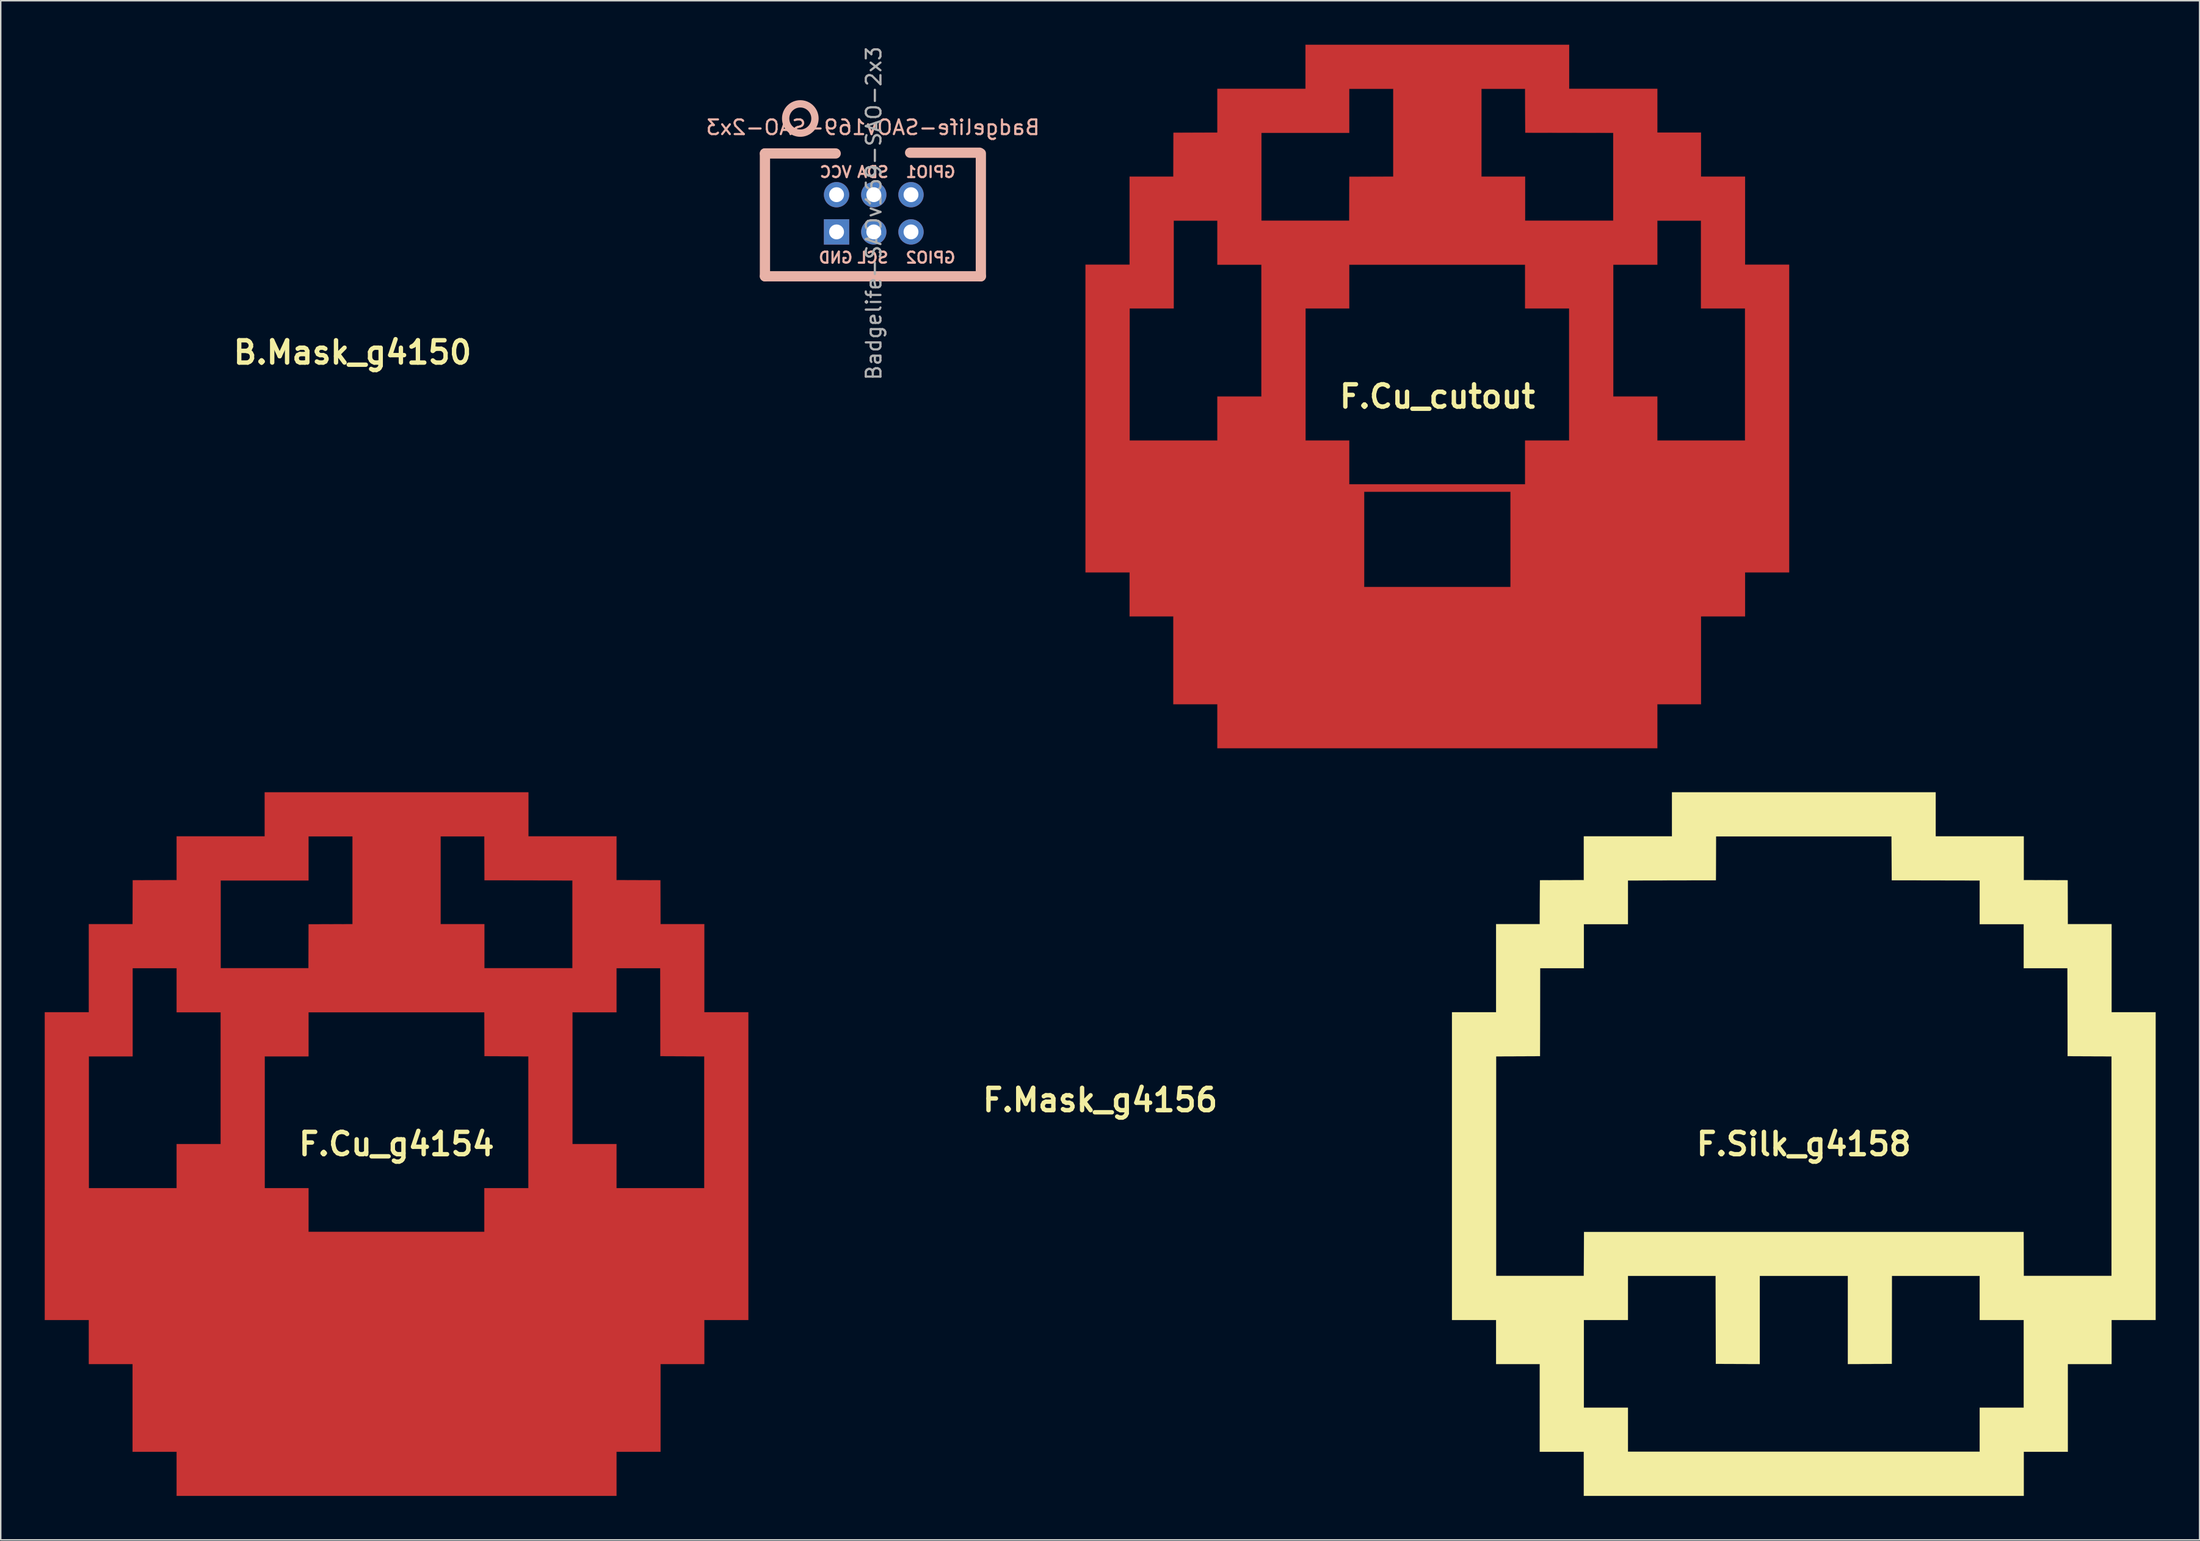
<source format=kicad_pcb>
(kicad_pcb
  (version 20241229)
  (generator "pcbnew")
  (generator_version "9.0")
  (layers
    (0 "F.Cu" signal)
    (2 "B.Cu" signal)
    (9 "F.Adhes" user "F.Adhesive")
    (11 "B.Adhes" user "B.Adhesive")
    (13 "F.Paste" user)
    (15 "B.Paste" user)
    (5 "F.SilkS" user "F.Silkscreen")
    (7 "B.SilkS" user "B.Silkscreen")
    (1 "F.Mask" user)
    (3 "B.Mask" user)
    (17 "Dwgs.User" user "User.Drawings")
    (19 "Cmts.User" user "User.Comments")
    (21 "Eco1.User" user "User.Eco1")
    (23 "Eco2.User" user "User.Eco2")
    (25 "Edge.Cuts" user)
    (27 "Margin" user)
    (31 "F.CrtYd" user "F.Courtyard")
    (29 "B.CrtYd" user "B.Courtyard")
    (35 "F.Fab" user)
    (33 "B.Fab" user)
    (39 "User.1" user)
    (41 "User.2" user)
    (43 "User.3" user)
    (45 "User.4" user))
  (footprint "F.Mask_g4156"
    (layer "F.Cu")
    (at 72.018 72.018)
    (property "Reference" "F.Mask_g4156" (at 0 0 0) (layer "F.SilkS") (effects (font (size 1.524 1.524) (thickness 0.3))))
    (attr through_hole)
    (fp_poly (pts (xy -3.006 -15.007) (xy -4.503 -15.002) (xy -6.001 -14.997) (xy -6.012 -12.002) (xy -12.002 -12.002) (xy -12.002 -17.992) (xy -6.001 -18.002) (xy -5.995 -19.5) (xy -5.99 -20.997) (xy -3.006 -20.997) (xy -3.006 -15.007)) (stroke (width 0.01) (type solid)) (fill yes) (layer "F.Mask"))
    (fp_poly (pts (xy 6.001 -18.002) (xy 12.002 -17.992) (xy 12.002 -12.002) (xy 6.012 -12.002) (xy 6.006 -13.499) (xy 6.001 -14.997) (xy 4.503 -15.002) (xy 3.006 -15.007) (xy 3.006 -20.997) (xy 5.99 -20.997) (xy 6.001 -18.002)) (stroke (width 0.01) (type solid)) (fill yes) (layer "F.Mask"))
    (fp_poly (pts (xy -15.007 -8.996) (xy -12.002 -8.996) (xy -12.002 0) (xy -15.007 0) (xy -15.007 3.006) (xy -20.997 3.006) (xy -20.997 -5.99) (xy -19.5 -5.995) (xy -18.002 -6.001) (xy -17.992 -12.002) (xy -15.007 -12.002) (xy -15.007 -8.996)) (stroke (width 0.01) (type solid)) (fill yes) (layer "F.Mask"))
    (fp_poly (pts (xy 17.997 -9.001) (xy 18.002 -6.001) (xy 19.5 -5.995) (xy 20.997 -5.99) (xy 20.997 3.006) (xy 15.007 3.006) (xy 15.007 0) (xy 12.002 0) (xy 12.002 -8.996) (xy 15.007 -8.996) (xy 15.007 -12.002) (xy 16.499 -12.002) (xy 17.992 -12.002) (xy 17.997 -9.001)) (stroke (width 0.01) (type solid)) (fill yes) (layer "F.Mask"))
    (fp_poly (pts (xy 6.001 -6.001) (xy 7.498 -5.995) (xy 8.996 -5.99) (xy 8.996 3.006) (xy 5.99 3.006) (xy 5.99 5.99) (xy -5.99 5.99) (xy -5.99 3.006) (xy -8.996 3.006) (xy -8.996 -5.99) (xy -7.498 -5.995) (xy -6.001 -6.001) (xy -5.995 -7.498) (xy -5.99 -8.996) (xy 5.99 -8.996) (xy 6.001 -6.001)) (stroke (width 0.01) (type solid)) (fill yes) (layer "F.Mask")))
  (footprint "F.Silk_g4158"
    (layer "F.Cu")
    (at 120.029 75.024)
    (property "Reference" "F.Silk_g4158" (at 0 0 0) (layer "F.SilkS") (effects (font (size 1.524 1.524) (thickness 0.3))))
    (attr through_hole)
    (fp_poly (pts (xy 8.996 -20.997) (xy 15.007 -20.997) (xy 15.007 -18.013) (xy 18.002 -18.002) (xy 18.008 -16.505) (xy 18.013 -15.007) (xy 20.997 -15.007) (xy 20.997 -8.996) (xy 24.003 -8.996) (xy 24.003 12.002) (xy 20.997 12.002) (xy 20.997 15.007) (xy 18.013 15.007) (xy 18.013 20.997) (xy 15.007 20.997) (xy 15.007 24.003) (xy -15.007 24.003) (xy -15.007 20.997) (xy -18.013 20.997) (xy -18.013 15.007) (xy -20.997 15.007) (xy -20.997 12.002) (xy -15.007 12.002) (xy -15.007 17.992) (xy -12.002 17.992) (xy -12.002 20.997) (xy 12.002 20.997) (xy 12.002 17.992) (xy 15.007 17.992) (xy 15.007 12.002) (xy 12.002 12.002) (xy 12.002 8.996) (xy 6.011 8.996) (xy 6.001 14.997) (xy 4.503 15.002) (xy 3.006 15.007) (xy 3.006 8.996) (xy -3.006 8.996) (xy -3.006 15.007) (xy -4.503 15.002) (xy -6.001 14.997) (xy -6.006 11.996) (xy -6.011 8.996) (xy -12.002 8.996) (xy -12.002 12.002) (xy -15.007 12.002) (xy -20.997 12.002) (xy -24.003 12.002) (xy -24.003 -5.99) (xy -20.997 -5.99) (xy -20.997 8.996) (xy -15.007 8.996) (xy -15.002 7.498) (xy -14.997 6.001) (xy 14.997 6.001) (xy 15.002 7.498) (xy 15.007 8.996) (xy 20.997 8.996) (xy 20.997 -5.99) (xy 19.5 -5.995) (xy 18.002 -6.001) (xy 17.997 -9.001) (xy 17.992 -12.002) (xy 15.007 -12.002) (xy 15.007 -15.007) (xy 12.002 -15.007) (xy 12.002 -17.992) (xy 6.001 -18.002) (xy 5.99 -20.997) (xy -5.99 -20.997) (xy -5.995 -19.5) (xy -6.001 -18.002) (xy -12.002 -17.992) (xy -12.002 -15.007) (xy -15.007 -15.007) (xy -15.007 -12.002) (xy -17.992 -12.002) (xy -18.002 -6.001) (xy -19.5 -5.995) (xy -20.997 -5.99) (xy -24.003 -5.99) (xy -24.003 -8.996) (xy -20.997 -8.996) (xy -20.997 -15.007) (xy -18.013 -15.007) (xy -18.008 -16.505) (xy -18.002 -18.002) (xy -16.505 -18.008) (xy -15.007 -18.013) (xy -15.007 -20.997) (xy -8.996 -20.997) (xy -8.996 -24.003) (xy 8.996 -24.003) (xy 8.996 -20.997)) (stroke (width 0.01) (type solid)) (fill yes) (layer "F.SilkS")))
  (footprint "Badgelife-SAOv169-SAO-2x3"
    (layer "F.Cu")
    (at 56.511 11.486)
    (property "Reference" "Badgelife-SAOv169-SAO-2x3" (at 0 -5.842 0) (layer "B.SilkS") (effects (font (size 1 1) (thickness 0.15)) (justify mirror)))
    (attr through_hole)
    (fp_line (start -7.366 -4.064) (end -7.366 4.318) (stroke (width 0.7) (type solid)) (layer "B.SilkS"))
    (fp_line (start -7.366 4.318) (end 7.366 4.318) (stroke (width 0.7) (type solid)) (layer "B.SilkS"))
    (fp_line (start -2.54 -4.064) (end -7.366 -4.064) (stroke (width 0.7) (type solid)) (layer "B.SilkS"))
    (fp_line (start 7.28 -4.115) (end 2.54 -4.115) (stroke (width 0.7) (type solid)) (layer "B.SilkS"))
    (fp_line (start 7.366 4.318) (end 7.366 -4.064) (stroke (width 0.7) (type solid)) (layer "B.SilkS"))
    (fp_circle (center -4.953 -6.45) (end -3.953 -6.45) (stroke (width 0.5) (type solid)) (fill no) (layer "B.SilkS"))
    (fp_text user "SDA" (at 0 -2.794 0) (unlocked yes) (layer "B.SilkS") (effects (font (size 0.75 0.75) (thickness 0.15)) (justify mirror)))
    (fp_text user "GPIO2" (at 3.937 3.048 0) (layer "B.SilkS") (effects (font (size 0.75 0.75) (thickness 0.15)) (justify mirror)))
    (fp_text user "SCL" (at 0 3.048 0) (layer "B.SilkS") (effects (font (size 0.75 0.75) (thickness 0.15)) (justify mirror)))
    (fp_text user "GND" (at -2.54 3.048 0) (unlocked yes) (layer "B.SilkS") (effects (font (size 0.75 0.75) (thickness 0.15)) (justify mirror)))
    (fp_text user "GPIO1" (at 3.937 -2.794 0) (unlocked yes) (layer "B.SilkS") (effects (font (size 0.75 0.75) (thickness 0.15)) (justify mirror)))
    (fp_text user "VCC" (at -2.54 -2.794 0) (unlocked yes) (layer "B.SilkS") (effects (font (size 0.75 0.75) (thickness 0.15)) (justify mirror)))
    (fp_text user "${REFERENCE}" (at 0.06 0.02 270) (layer "F.Fab") (effects (font (size 1 1) (thickness 0.15))))
    (pad "1" thru_hole oval (at -2.48 -1.25 270) (size 1.727 1.727) (drill 1.016) (layers "*.Cu" "*.Mask"))
    (pad "2" thru_hole rect (at -2.48 1.29 270) (size 1.727 1.727) (drill 1.016) (layers "*.Cu" "*.Mask"))
    (pad "3" thru_hole oval (at 0.06 -1.25 270) (size 1.727 1.727) (drill 1.016) (layers "*.Cu" "*.Mask"))
    (pad "4" thru_hole oval (at 0.06 1.29 270) (size 1.727 1.727) (drill 1.016) (layers "*.Cu" "*.Mask"))
    (pad "5" thru_hole circle (at 2.6 -1.25 270) (size 1.727 1.727) (drill 1.016) (layers "*.Cu" "*.Mask"))
    (pad "6" thru_hole circle (at 2.6 1.29 270) (size 1.727 1.727) (drill 1.016) (layers "*.Cu" "*.Mask")))
  (footprint "B.Mask_g4150"
    (layer "F.Cu")
    (at 21.002 21.002)
    (property "Reference" "B.Mask_g4150" (at 0 0 0) (layer "F.SilkS") (effects (font (size 1.524 1.524) (thickness 0.3))))
    (attr through_hole)
    (fp_poly (pts (xy -3.006 -15.007) (xy -4.503 -15.002) (xy -6.001 -14.997) (xy -6.012 -12.002) (xy -12.002 -12.002) (xy -12.002 -17.992) (xy -6.001 -18.002) (xy -5.995 -19.5) (xy -5.99 -20.997) (xy -3.006 -20.997) (xy -3.006 -15.007)) (stroke (width 0.01) (type solid)) (fill yes) (layer "B.Mask"))
    (fp_poly (pts (xy 6.001 -18.002) (xy 12.002 -17.992) (xy 12.002 -12.002) (xy 6.012 -12.002) (xy 6.006 -13.499) (xy 6.001 -14.997) (xy 4.503 -15.002) (xy 3.006 -15.007) (xy 3.006 -20.997) (xy 5.99 -20.997) (xy 6.001 -18.002)) (stroke (width 0.01) (type solid)) (fill yes) (layer "B.Mask"))
    (fp_poly (pts (xy -15.007 -8.996) (xy -12.002 -8.996) (xy -12.002 0) (xy -15.007 0) (xy -15.007 3.006) (xy -20.997 3.006) (xy -20.997 -5.99) (xy -19.5 -5.995) (xy -18.002 -6.001) (xy -17.992 -12.002) (xy -15.007 -12.002) (xy -15.007 -8.996)) (stroke (width 0.01) (type solid)) (fill yes) (layer "B.Mask"))
    (fp_poly (pts (xy 17.997 -9.001) (xy 18.002 -6.001) (xy 19.5 -5.995) (xy 20.997 -5.99) (xy 20.997 3.006) (xy 15.007 3.006) (xy 15.007 0) (xy 12.002 0) (xy 12.002 -8.996) (xy 15.007 -8.996) (xy 15.007 -12.002) (xy 16.499 -12.002) (xy 17.992 -12.002) (xy 17.997 -9.001)) (stroke (width 0.01) (type solid)) (fill yes) (layer "B.Mask"))
    (fp_poly (pts (xy 6.001 -6.001) (xy 7.498 -5.995) (xy 8.996 -5.99) (xy 8.996 1.989) (xy 7.498 1.995) (xy 6.001 2) (xy 5.995 3.498) (xy 5.99 4.995) (xy -5.99 4.995) (xy -5.995 3.498) (xy -6.001 2) (xy -8.996 1.989) (xy -8.996 -5.99) (xy -7.498 -5.995) (xy -6.001 -6.001) (xy -5.995 -7.498) (xy -5.99 -8.996) (xy 5.99 -8.996) (xy 6.001 -6.001)) (stroke (width 0.01) (type solid)) (fill yes) (layer "B.Mask")))
  (footprint "F.Cu_cutout"
    (layer "F.Cu")
    (at 95.025 24.008)
    (property "Reference" "F.Cu_cutout" (at 0 0 0) (layer "F.SilkS") (effects (font (size 1.524 1.524) (thickness 0.3))))
    (attr through_hole)
    (fp_poly (pts (xy 8.996 -20.997) (xy 15.007 -20.997) (xy 15.007 -18.013) (xy 17.992 -18.013) (xy 17.992 -15.007) (xy 20.997 -15.007) (xy 20.997 -8.996) (xy 24.003 -8.996) (xy 24.003 12.002) (xy 20.997 12.002) (xy 20.997 15.007) (xy 17.992 15.007) (xy 17.992 20.997) (xy 15.007 20.997) (xy 15.007 24.003) (xy -15.007 24.003) (xy -15.007 20.997) (xy -18.013 20.997) (xy -18.013 15.007) (xy -20.997 15.007) (xy -20.997 12.002) (xy -24.003 12.002) (xy -24.003 6.498) (xy -4.995 6.498) (xy -4.995 12.996) (xy 4.995 12.996) (xy 4.995 6.498) (xy -4.995 6.498) (xy -24.003 6.498) (xy -24.003 -6.011) (xy -20.997 -6.011) (xy -20.997 3.006) (xy -15.007 3.006) (xy -15.007 0) (xy -12.002 0) (xy -12.002 -6.011) (xy -8.996 -6.011) (xy -8.996 3.006) (xy -6.011 3.006) (xy -6.011 5.99) (xy 5.99 5.99) (xy 5.99 3.006) (xy 8.996 3.006) (xy 8.996 -6.011) (xy 5.99 -6.011) (xy 5.99 -8.996) (xy 12.002 -8.996) (xy 12.002 0) (xy 15.007 0) (xy 15.007 3.006) (xy 20.997 3.006) (xy 20.997 -6.011) (xy 17.992 -6.011) (xy 17.992 -12.002) (xy 15.007 -12.002) (xy 15.007 -8.996) (xy 12.002 -8.996) (xy 5.99 -8.996) (xy -6.011 -8.996) (xy -6.011 -6.011) (xy -8.996 -6.011) (xy -12.002 -6.011) (xy -12.002 -8.996) (xy -15.007 -8.996) (xy -15.007 -12.002) (xy -17.992 -12.002) (xy -17.992 -6.011) (xy -20.997 -6.011) (xy -24.003 -6.011) (xy -24.003 -8.996) (xy -20.997 -8.996) (xy -20.997 -15.007) (xy -18.013 -15.007) (xy -18.008 -16.505) (xy -18.002 -17.992) (xy -12.002 -17.992) (xy -12.002 -12.002) (xy -6.012 -12.002) (xy -6.001 -14.997) (xy -4.503 -15.002) (xy -3.006 -15.007) (xy -3.006 -20.997) (xy 3.006 -20.997) (xy 3.006 -15.007) (xy 5.99 -15.007) (xy 5.99 -12.002) (xy 12.002 -12.002) (xy 12.002 -17.992) (xy 6.001 -18.002) (xy 5.99 -20.997) (xy 3.006 -20.997) (xy -3.006 -20.997) (xy -6.011 -20.997) (xy -6.011 -17.992) (xy -12.002 -17.992) (xy -18.002 -17.992) (xy -18.002 -18.002) (xy -16.505 -18.008) (xy -15.007 -18.013) (xy -15.007 -20.997) (xy -8.996 -20.997) (xy -8.996 -24.003) (xy 8.996 -24.003) (xy 8.996 -20.997)) (stroke (width 0.01) (type solid)) (fill yes) (layer "F.Cu")))
  (footprint "F.Cu_g4154"
    (layer "F.Cu")
    (at 24.008 75.024)
    (property "Reference" "F.Cu_g4154" (at 0 0 0) (layer "F.SilkS") (effects (font (size 1.524 1.524) (thickness 0.3))))
    (attr through_hole)
    (fp_poly (pts (xy 8.996 -20.997) (xy 15.007 -20.997) (xy 15.007 -18.013) (xy 18.002 -18.002) (xy 18.008 -16.505) (xy 18.013 -15.007) (xy 20.997 -15.007) (xy 20.997 -8.996) (xy 24.003 -8.996) (xy 24.003 12.002) (xy 20.997 12.002) (xy 20.997 15.007) (xy 18.013 15.007) (xy 18.013 20.997) (xy 15.007 20.997) (xy 15.007 24.003) (xy -15.007 24.003) (xy -15.007 20.997) (xy -18.013 20.997) (xy -18.013 15.007) (xy -20.997 15.007) (xy -20.997 12.002) (xy -24.003 12.002) (xy -24.003 -5.99) (xy -20.997 -5.99) (xy -20.997 3.006) (xy -15.007 3.006) (xy -15.007 0) (xy -12.002 0) (xy -12.002 -5.99) (xy -8.996 -5.99) (xy -8.996 3.006) (xy -6.011 3.006) (xy -6.011 5.99) (xy 5.99 5.99) (xy 5.99 3.006) (xy 8.996 3.006) (xy 8.996 -5.99) (xy 7.498 -5.995) (xy 6.001 -6.001) (xy 5.99 -8.996) (xy 12.002 -8.996) (xy 12.002 0) (xy 15.007 0) (xy 15.007 3.006) (xy 20.997 3.006) (xy 20.997 -5.99) (xy 19.5 -5.995) (xy 18.002 -6.001) (xy 17.997 -9.001) (xy 17.992 -12.002) (xy 16.499 -12.002) (xy 15.007 -12.002) (xy 15.007 -8.996) (xy 12.002 -8.996) (xy 5.99 -8.996) (xy -6.011 -8.996) (xy -6.011 -5.99) (xy -8.996 -5.99) (xy -12.002 -5.99) (xy -12.002 -8.996) (xy -15.007 -8.996) (xy -15.007 -12.002) (xy -18.013 -12.002) (xy -18.013 -5.99) (xy -20.997 -5.99) (xy -24.003 -5.99) (xy -24.003 -8.996) (xy -20.997 -8.996) (xy -20.997 -15.007) (xy -18.013 -15.007) (xy -18.008 -16.505) (xy -18.002 -17.992) (xy -12.002 -17.992) (xy -12.002 -12.002) (xy -6.012 -12.002) (xy -6.001 -14.997) (xy -4.503 -15.002) (xy -3.006 -15.007) (xy -3.006 -20.997) (xy 3.006 -20.997) (xy 3.006 -15.007) (xy 5.99 -15.007) (xy 5.99 -12.002) (xy 12.002 -12.002) (xy 12.002 -17.992) (xy 6.001 -18.002) (xy 5.99 -20.997) (xy 3.006 -20.997) (xy -3.006 -20.997) (xy -6.011 -20.997) (xy -6.011 -17.992) (xy -12.002 -17.992) (xy -18.002 -17.992) (xy -18.002 -18.002) (xy -16.505 -18.008) (xy -15.007 -18.013) (xy -15.007 -20.997) (xy -8.996 -20.997) (xy -8.996 -24.003) (xy 8.996 -24.003) (xy 8.996 -20.997)) (stroke (width 0.01) (type solid)) (fill yes) (layer "F.Cu")))
  (gr_rect
    (start -3 -3)
    (end 147.037 102.032)
    (stroke (width 0.1) (type default))
    (fill no)
    (layer "Edge.Cuts")))
</source>
